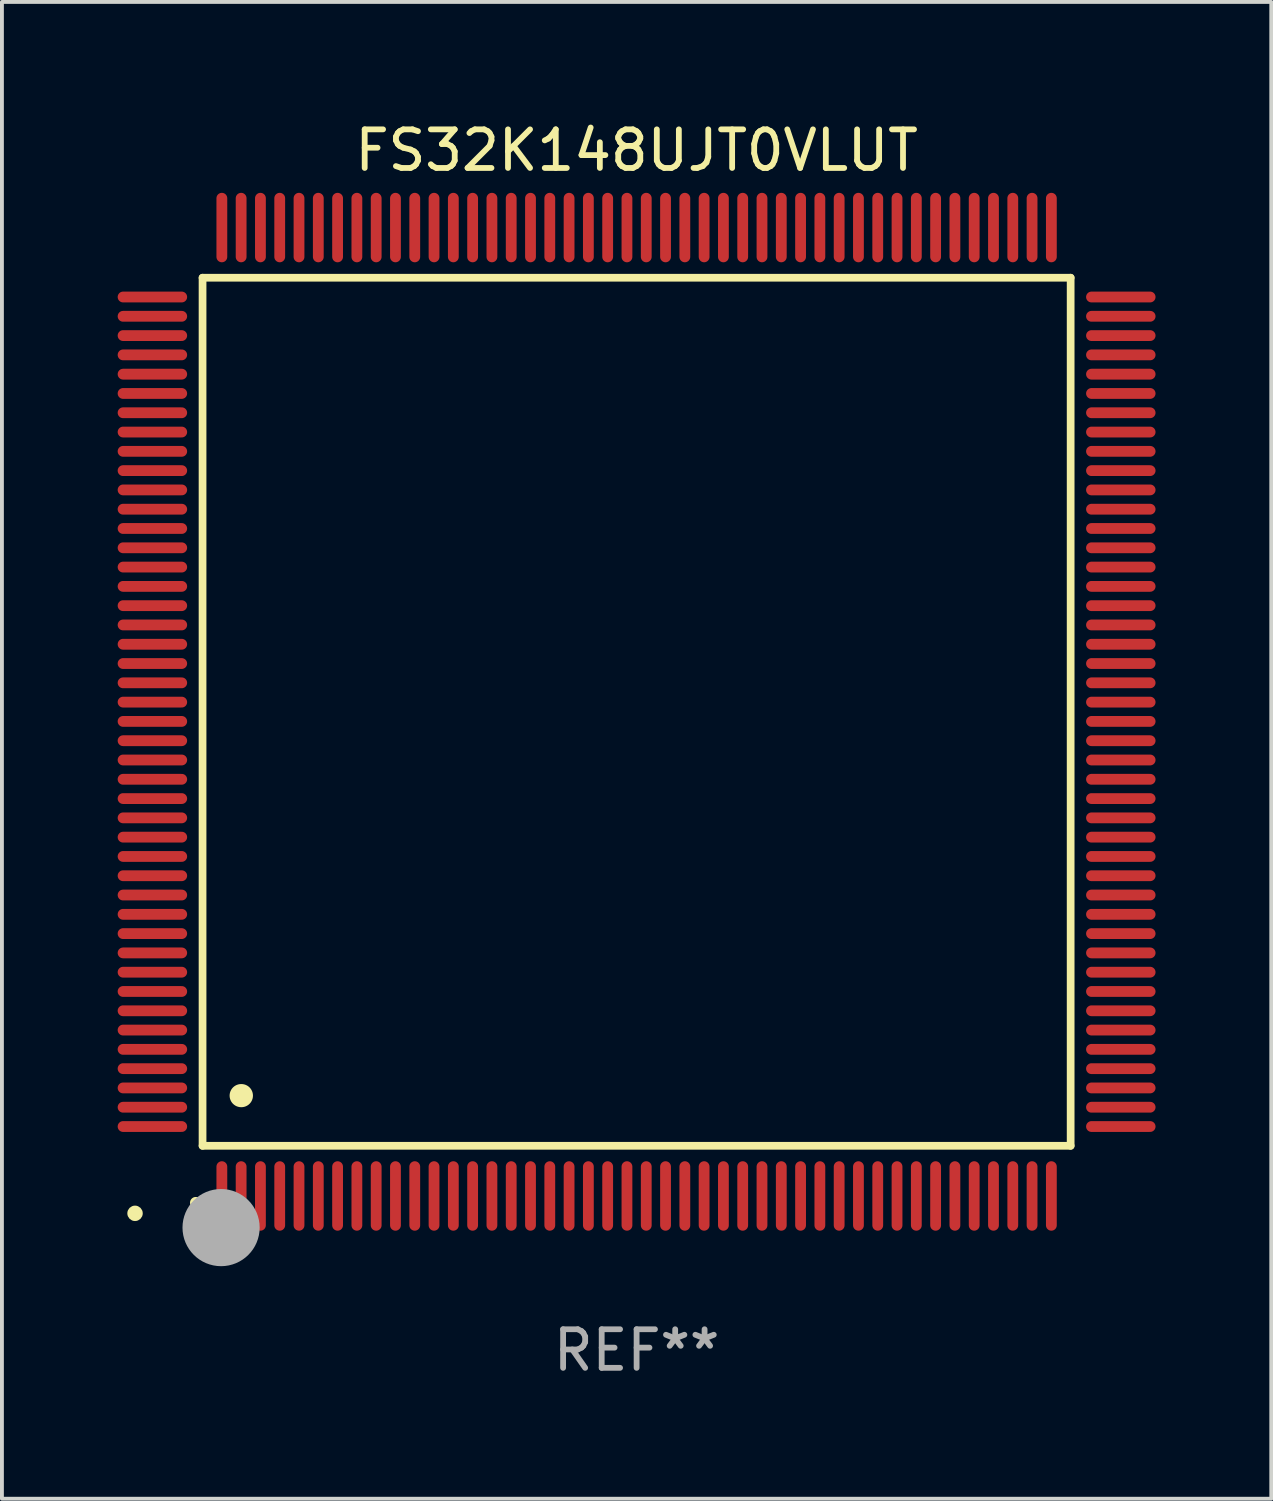
<source format=kicad_pcb>
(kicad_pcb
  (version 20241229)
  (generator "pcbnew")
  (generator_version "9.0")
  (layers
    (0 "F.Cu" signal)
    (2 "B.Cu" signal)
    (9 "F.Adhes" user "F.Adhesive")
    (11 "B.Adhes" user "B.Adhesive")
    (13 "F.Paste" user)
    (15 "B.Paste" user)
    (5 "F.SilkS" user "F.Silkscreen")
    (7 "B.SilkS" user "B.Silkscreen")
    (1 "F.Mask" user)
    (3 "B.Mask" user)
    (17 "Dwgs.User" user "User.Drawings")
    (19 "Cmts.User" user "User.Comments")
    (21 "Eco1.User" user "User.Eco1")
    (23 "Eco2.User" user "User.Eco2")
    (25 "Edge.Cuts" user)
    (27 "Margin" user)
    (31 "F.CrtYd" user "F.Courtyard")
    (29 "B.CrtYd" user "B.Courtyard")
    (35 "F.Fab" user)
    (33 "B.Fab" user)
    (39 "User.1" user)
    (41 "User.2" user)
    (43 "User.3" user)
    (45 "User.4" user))
  (footprint "FS32K148UJT0VLUT"
    (layer "F.Cu")
    (at 13.45 15.398)
    (property "Reference" "FS32K148UJT0VLUT" (at 0 -14.55 0) (layer "F.SilkS") (effects (font (size 1 1) (thickness 0.15))))
    (attr through_hole)
    (fp_line (start -11.25 -11.25) (end 11.25 -11.25) (stroke (width 0.2) (type solid)) (layer "F.SilkS"))
    (fp_line (start -11.25 11.25) (end -11.25 -11.25) (stroke (width 0.2) (type solid)) (layer "F.SilkS"))
    (fp_line (start 11.25 -11.25) (end 11.25 11.25) (stroke (width 0.2) (type solid)) (layer "F.SilkS"))
    (fp_line (start 11.25 11.25) (end -11.25 11.25) (stroke (width 0.2) (type solid)) (layer "F.SilkS"))
    (fp_arc (start -11.424943 12.725425) (mid -11.423673 12.72542) (end -11.422403 12.725425) (stroke (width 0.3) (type solid)) (layer "F.SilkS"))
    (fp_arc (start -10.24892 9.9492) (mid -10.24638 9.949189) (end -10.24384 9.9492) (stroke (width 0.6) (type solid)) (layer "F.SilkS"))
    (fp_circle (center -13 13) (end -12.9 13) (stroke (width 0.2) (type solid)) (fill no) (layer "F.SilkS"))
    (fp_circle (center -10.77 13.37) (end -10.27 13.37) (stroke (width 1) (type solid)) (fill no) (layer "F.Fab"))
    (fp_text user "REF**" (at 0 16.55 0) (layer "F.Fab") (effects (font (size 1 1) (thickness 0.15))))
    (pad "1" smd oval (at -10.75 12.55) (size 0.28 1.8) (layers "F.Cu" "F.Mask" "F.Paste"))
    (pad "2" smd oval (at -10.25 12.55) (size 0.28 1.8) (layers "F.Cu" "F.Mask" "F.Paste"))
    (pad "3" smd oval (at -9.75 12.55) (size 0.28 1.8) (layers "F.Cu" "F.Mask" "F.Paste"))
    (pad "4" smd oval (at -9.25 12.55) (size 0.28 1.8) (layers "F.Cu" "F.Mask" "F.Paste"))
    (pad "5" smd oval (at -8.75 12.55) (size 0.28 1.8) (layers "F.Cu" "F.Mask" "F.Paste"))
    (pad "6" smd oval (at -8.25 12.55) (size 0.28 1.8) (layers "F.Cu" "F.Mask" "F.Paste"))
    (pad "7" smd oval (at -7.75 12.55) (size 0.28 1.8) (layers "F.Cu" "F.Mask" "F.Paste"))
    (pad "8" smd oval (at -7.25 12.55) (size 0.28 1.8) (layers "F.Cu" "F.Mask" "F.Paste"))
    (pad "9" smd oval (at -6.75 12.55) (size 0.28 1.8) (layers "F.Cu" "F.Mask" "F.Paste"))
    (pad "10" smd oval (at -6.25 12.55) (size 0.28 1.8) (layers "F.Cu" "F.Mask" "F.Paste"))
    (pad "11" smd oval (at -5.75 12.55) (size 0.28 1.8) (layers "F.Cu" "F.Mask" "F.Paste"))
    (pad "12" smd oval (at -5.25 12.55) (size 0.28 1.8) (layers "F.Cu" "F.Mask" "F.Paste"))
    (pad "13" smd oval (at -4.75 12.55) (size 0.28 1.8) (layers "F.Cu" "F.Mask" "F.Paste"))
    (pad "14" smd oval (at -4.25 12.55) (size 0.28 1.8) (layers "F.Cu" "F.Mask" "F.Paste"))
    (pad "15" smd oval (at -3.75 12.55) (size 0.28 1.8) (layers "F.Cu" "F.Mask" "F.Paste"))
    (pad "16" smd oval (at -3.25 12.55) (size 0.28 1.8) (layers "F.Cu" "F.Mask" "F.Paste"))
    (pad "17" smd oval (at -2.75 12.55) (size 0.28 1.8) (layers "F.Cu" "F.Mask" "F.Paste"))
    (pad "18" smd oval (at -2.25 12.55) (size 0.28 1.8) (layers "F.Cu" "F.Mask" "F.Paste"))
    (pad "19" smd oval (at -1.75 12.55) (size 0.28 1.8) (layers "F.Cu" "F.Mask" "F.Paste"))
    (pad "20" smd oval (at -1.25 12.55) (size 0.28 1.8) (layers "F.Cu" "F.Mask" "F.Paste"))
    (pad "21" smd oval (at -0.75 12.55) (size 0.28 1.8) (layers "F.Cu" "F.Mask" "F.Paste"))
    (pad "22" smd oval (at -0.25 12.55) (size 0.28 1.8) (layers "F.Cu" "F.Mask" "F.Paste"))
    (pad "23" smd oval (at 0.25 12.55) (size 0.28 1.8) (layers "F.Cu" "F.Mask" "F.Paste"))
    (pad "24" smd oval (at 0.75 12.55) (size 0.28 1.8) (layers "F.Cu" "F.Mask" "F.Paste"))
    (pad "25" smd oval (at 1.25 12.55) (size 0.28 1.8) (layers "F.Cu" "F.Mask" "F.Paste"))
    (pad "26" smd oval (at 1.75 12.55) (size 0.28 1.8) (layers "F.Cu" "F.Mask" "F.Paste"))
    (pad "27" smd oval (at 2.25 12.55) (size 0.28 1.8) (layers "F.Cu" "F.Mask" "F.Paste"))
    (pad "28" smd oval (at 2.75 12.55) (size 0.28 1.8) (layers "F.Cu" "F.Mask" "F.Paste"))
    (pad "29" smd oval (at 3.25 12.55) (size 0.28 1.8) (layers "F.Cu" "F.Mask" "F.Paste"))
    (pad "30" smd oval (at 3.75 12.55) (size 0.28 1.8) (layers "F.Cu" "F.Mask" "F.Paste"))
    (pad "31" smd oval (at 4.25 12.55) (size 0.28 1.8) (layers "F.Cu" "F.Mask" "F.Paste"))
    (pad "32" smd oval (at 4.75 12.55) (size 0.28 1.8) (layers "F.Cu" "F.Mask" "F.Paste"))
    (pad "33" smd oval (at 5.25 12.55) (size 0.28 1.8) (layers "F.Cu" "F.Mask" "F.Paste"))
    (pad "34" smd oval (at 5.75 12.55) (size 0.28 1.8) (layers "F.Cu" "F.Mask" "F.Paste"))
    (pad "35" smd oval (at 6.25 12.55) (size 0.28 1.8) (layers "F.Cu" "F.Mask" "F.Paste"))
    (pad "36" smd oval (at 6.75 12.55) (size 0.28 1.8) (layers "F.Cu" "F.Mask" "F.Paste"))
    (pad "37" smd oval (at 7.25 12.55) (size 0.28 1.8) (layers "F.Cu" "F.Mask" "F.Paste"))
    (pad "38" smd oval (at 7.75 12.55) (size 0.28 1.8) (layers "F.Cu" "F.Mask" "F.Paste"))
    (pad "39" smd oval (at 8.25 12.55) (size 0.28 1.8) (layers "F.Cu" "F.Mask" "F.Paste"))
    (pad "40" smd oval (at 8.75 12.55) (size 0.28 1.8) (layers "F.Cu" "F.Mask" "F.Paste"))
    (pad "41" smd oval (at 9.25 12.55) (size 0.28 1.8) (layers "F.Cu" "F.Mask" "F.Paste"))
    (pad "42" smd oval (at 9.75 12.55) (size 0.28 1.8) (layers "F.Cu" "F.Mask" "F.Paste"))
    (pad "43" smd oval (at 10.25 12.55) (size 0.28 1.8) (layers "F.Cu" "F.Mask" "F.Paste"))
    (pad "44" smd oval (at 10.75 12.55) (size 0.28 1.8) (layers "F.Cu" "F.Mask" "F.Paste"))
    (pad "45" smd oval (at 12.55 10.75) (size 1.8 0.28) (layers "F.Cu" "F.Mask" "F.Paste"))
    (pad "46" smd oval (at 12.55 10.25) (size 1.8 0.28) (layers "F.Cu" "F.Mask" "F.Paste"))
    (pad "47" smd oval (at 12.55 9.75) (size 1.8 0.28) (layers "F.Cu" "F.Mask" "F.Paste"))
    (pad "48" smd oval (at 12.55 9.25) (size 1.8 0.28) (layers "F.Cu" "F.Mask" "F.Paste"))
    (pad "49" smd oval (at 12.55 8.75) (size 1.8 0.28) (layers "F.Cu" "F.Mask" "F.Paste"))
    (pad "50" smd oval (at 12.55 8.25) (size 1.8 0.28) (layers "F.Cu" "F.Mask" "F.Paste"))
    (pad "51" smd oval (at 12.55 7.75) (size 1.8 0.28) (layers "F.Cu" "F.Mask" "F.Paste"))
    (pad "52" smd oval (at 12.55 7.25) (size 1.8 0.28) (layers "F.Cu" "F.Mask" "F.Paste"))
    (pad "53" smd oval (at 12.55 6.75) (size 1.8 0.28) (layers "F.Cu" "F.Mask" "F.Paste"))
    (pad "54" smd oval (at 12.55 6.25) (size 1.8 0.28) (layers "F.Cu" "F.Mask" "F.Paste"))
    (pad "55" smd oval (at 12.55 5.75) (size 1.8 0.28) (layers "F.Cu" "F.Mask" "F.Paste"))
    (pad "56" smd oval (at 12.55 5.25) (size 1.8 0.28) (layers "F.Cu" "F.Mask" "F.Paste"))
    (pad "57" smd oval (at 12.55 4.75) (size 1.8 0.28) (layers "F.Cu" "F.Mask" "F.Paste"))
    (pad "58" smd oval (at 12.55 4.25) (size 1.8 0.28) (layers "F.Cu" "F.Mask" "F.Paste"))
    (pad "59" smd oval (at 12.55 3.75) (size 1.8 0.28) (layers "F.Cu" "F.Mask" "F.Paste"))
    (pad "60" smd oval (at 12.55 3.25) (size 1.8 0.28) (layers "F.Cu" "F.Mask" "F.Paste"))
    (pad "61" smd oval (at 12.55 2.75) (size 1.8 0.28) (layers "F.Cu" "F.Mask" "F.Paste"))
    (pad "62" smd oval (at 12.55 2.25) (size 1.8 0.28) (layers "F.Cu" "F.Mask" "F.Paste"))
    (pad "63" smd oval (at 12.55 1.75) (size 1.8 0.28) (layers "F.Cu" "F.Mask" "F.Paste"))
    (pad "64" smd oval (at 12.55 1.25) (size 1.8 0.28) (layers "F.Cu" "F.Mask" "F.Paste"))
    (pad "65" smd oval (at 12.55 0.75) (size 1.8 0.28) (layers "F.Cu" "F.Mask" "F.Paste"))
    (pad "66" smd oval (at 12.55 0.25) (size 1.8 0.28) (layers "F.Cu" "F.Mask" "F.Paste"))
    (pad "67" smd oval (at 12.55 -0.25) (size 1.8 0.28) (layers "F.Cu" "F.Mask" "F.Paste"))
    (pad "68" smd oval (at 12.55 -0.75) (size 1.8 0.28) (layers "F.Cu" "F.Mask" "F.Paste"))
    (pad "69" smd oval (at 12.55 -1.25) (size 1.8 0.28) (layers "F.Cu" "F.Mask" "F.Paste"))
    (pad "70" smd oval (at 12.55 -1.75) (size 1.8 0.28) (layers "F.Cu" "F.Mask" "F.Paste"))
    (pad "71" smd oval (at 12.55 -2.25) (size 1.8 0.28) (layers "F.Cu" "F.Mask" "F.Paste"))
    (pad "72" smd oval (at 12.55 -2.75) (size 1.8 0.28) (layers "F.Cu" "F.Mask" "F.Paste"))
    (pad "73" smd oval (at 12.55 -3.25) (size 1.8 0.28) (layers "F.Cu" "F.Mask" "F.Paste"))
    (pad "74" smd oval (at 12.55 -3.75) (size 1.8 0.28) (layers "F.Cu" "F.Mask" "F.Paste"))
    (pad "75" smd oval (at 12.55 -4.25) (size 1.8 0.28) (layers "F.Cu" "F.Mask" "F.Paste"))
    (pad "76" smd oval (at 12.55 -4.75) (size 1.8 0.28) (layers "F.Cu" "F.Mask" "F.Paste"))
    (pad "77" smd oval (at 12.55 -5.25) (size 1.8 0.28) (layers "F.Cu" "F.Mask" "F.Paste"))
    (pad "78" smd oval (at 12.55 -5.75) (size 1.8 0.28) (layers "F.Cu" "F.Mask" "F.Paste"))
    (pad "79" smd oval (at 12.55 -6.25) (size 1.8 0.28) (layers "F.Cu" "F.Mask" "F.Paste"))
    (pad "80" smd oval (at 12.55 -6.75) (size 1.8 0.28) (layers "F.Cu" "F.Mask" "F.Paste"))
    (pad "81" smd oval (at 12.55 -7.25) (size 1.8 0.28) (layers "F.Cu" "F.Mask" "F.Paste"))
    (pad "82" smd oval (at 12.55 -7.75) (size 1.8 0.28) (layers "F.Cu" "F.Mask" "F.Paste"))
    (pad "83" smd oval (at 12.55 -8.25) (size 1.8 0.28) (layers "F.Cu" "F.Mask" "F.Paste"))
    (pad "84" smd oval (at 12.55 -8.75) (size 1.8 0.28) (layers "F.Cu" "F.Mask" "F.Paste"))
    (pad "85" smd oval (at 12.55 -9.25) (size 1.8 0.28) (layers "F.Cu" "F.Mask" "F.Paste"))
    (pad "86" smd oval (at 12.55 -9.75) (size 1.8 0.28) (layers "F.Cu" "F.Mask" "F.Paste"))
    (pad "87" smd oval (at 12.55 -10.25) (size 1.8 0.28) (layers "F.Cu" "F.Mask" "F.Paste"))
    (pad "88" smd oval (at 12.55 -10.75) (size 1.8 0.28) (layers "F.Cu" "F.Mask" "F.Paste"))
    (pad "89" smd oval (at 10.75 -12.55) (size 0.28 1.8) (layers "F.Cu" "F.Mask" "F.Paste"))
    (pad "90" smd oval (at 10.25 -12.55) (size 0.28 1.8) (layers "F.Cu" "F.Mask" "F.Paste"))
    (pad "91" smd oval (at 9.75 -12.55) (size 0.28 1.8) (layers "F.Cu" "F.Mask" "F.Paste"))
    (pad "92" smd oval (at 9.25 -12.55) (size 0.28 1.8) (layers "F.Cu" "F.Mask" "F.Paste"))
    (pad "93" smd oval (at 8.75 -12.55) (size 0.28 1.8) (layers "F.Cu" "F.Mask" "F.Paste"))
    (pad "94" smd oval (at 8.25 -12.55) (size 0.28 1.8) (layers "F.Cu" "F.Mask" "F.Paste"))
    (pad "95" smd oval (at 7.75 -12.55) (size 0.28 1.8) (layers "F.Cu" "F.Mask" "F.Paste"))
    (pad "96" smd oval (at 7.25 -12.55) (size 0.28 1.8) (layers "F.Cu" "F.Mask" "F.Paste"))
    (pad "97" smd oval (at 6.75 -12.55) (size 0.28 1.8) (layers "F.Cu" "F.Mask" "F.Paste"))
    (pad "98" smd oval (at 6.25 -12.55) (size 0.28 1.8) (layers "F.Cu" "F.Mask" "F.Paste"))
    (pad "99" smd oval (at 5.75 -12.55) (size 0.28 1.8) (layers "F.Cu" "F.Mask" "F.Paste"))
    (pad "100" smd oval (at 5.25 -12.55) (size 0.28 1.8) (layers "F.Cu" "F.Mask" "F.Paste"))
    (pad "101" smd oval (at 4.75 -12.55) (size 0.28 1.8) (layers "F.Cu" "F.Mask" "F.Paste"))
    (pad "102" smd oval (at 4.25 -12.55) (size 0.28 1.8) (layers "F.Cu" "F.Mask" "F.Paste"))
    (pad "103" smd oval (at 3.75 -12.55) (size 0.28 1.8) (layers "F.Cu" "F.Mask" "F.Paste"))
    (pad "104" smd oval (at 3.25 -12.55) (size 0.28 1.8) (layers "F.Cu" "F.Mask" "F.Paste"))
    (pad "105" smd oval (at 2.75 -12.55) (size 0.28 1.8) (layers "F.Cu" "F.Mask" "F.Paste"))
    (pad "106" smd oval (at 2.25 -12.55) (size 0.28 1.8) (layers "F.Cu" "F.Mask" "F.Paste"))
    (pad "107" smd oval (at 1.75 -12.55) (size 0.28 1.8) (layers "F.Cu" "F.Mask" "F.Paste"))
    (pad "108" smd oval (at 1.25 -12.55) (size 0.28 1.8) (layers "F.Cu" "F.Mask" "F.Paste"))
    (pad "109" smd oval (at 0.75 -12.55) (size 0.28 1.8) (layers "F.Cu" "F.Mask" "F.Paste"))
    (pad "110" smd oval (at 0.25 -12.55) (size 0.28 1.8) (layers "F.Cu" "F.Mask" "F.Paste"))
    (pad "111" smd oval (at -0.25 -12.55) (size 0.28 1.8) (layers "F.Cu" "F.Mask" "F.Paste"))
    (pad "112" smd oval (at -0.75 -12.55) (size 0.28 1.8) (layers "F.Cu" "F.Mask" "F.Paste"))
    (pad "113" smd oval (at -1.25 -12.55) (size 0.28 1.8) (layers "F.Cu" "F.Mask" "F.Paste"))
    (pad "114" smd oval (at -1.75 -12.55) (size 0.28 1.8) (layers "F.Cu" "F.Mask" "F.Paste"))
    (pad "115" smd oval (at -2.25 -12.55) (size 0.28 1.8) (layers "F.Cu" "F.Mask" "F.Paste"))
    (pad "116" smd oval (at -2.75 -12.55) (size 0.28 1.8) (layers "F.Cu" "F.Mask" "F.Paste"))
    (pad "117" smd oval (at -3.25 -12.55) (size 0.28 1.8) (layers "F.Cu" "F.Mask" "F.Paste"))
    (pad "118" smd oval (at -3.75 -12.55) (size 0.28 1.8) (layers "F.Cu" "F.Mask" "F.Paste"))
    (pad "119" smd oval (at -4.25 -12.55) (size 0.28 1.8) (layers "F.Cu" "F.Mask" "F.Paste"))
    (pad "120" smd oval (at -4.75 -12.55) (size 0.28 1.8) (layers "F.Cu" "F.Mask" "F.Paste"))
    (pad "121" smd oval (at -5.25 -12.55) (size 0.28 1.8) (layers "F.Cu" "F.Mask" "F.Paste"))
    (pad "122" smd oval (at -5.75 -12.55) (size 0.28 1.8) (layers "F.Cu" "F.Mask" "F.Paste"))
    (pad "123" smd oval (at -6.25 -12.55) (size 0.28 1.8) (layers "F.Cu" "F.Mask" "F.Paste"))
    (pad "124" smd oval (at -6.75 -12.55) (size 0.28 1.8) (layers "F.Cu" "F.Mask" "F.Paste"))
    (pad "125" smd oval (at -7.25 -12.55) (size 0.28 1.8) (layers "F.Cu" "F.Mask" "F.Paste"))
    (pad "126" smd oval (at -7.75 -12.55) (size 0.28 1.8) (layers "F.Cu" "F.Mask" "F.Paste"))
    (pad "127" smd oval (at -8.25 -12.55) (size 0.28 1.8) (layers "F.Cu" "F.Mask" "F.Paste"))
    (pad "128" smd oval (at -8.75 -12.55) (size 0.28 1.8) (layers "F.Cu" "F.Mask" "F.Paste"))
    (pad "129" smd oval (at -9.25 -12.55) (size 0.28 1.8) (layers "F.Cu" "F.Mask" "F.Paste"))
    (pad "130" smd oval (at -9.75 -12.55) (size 0.28 1.8) (layers "F.Cu" "F.Mask" "F.Paste"))
    (pad "131" smd oval (at -10.25 -12.55) (size 0.28 1.8) (layers "F.Cu" "F.Mask" "F.Paste"))
    (pad "132" smd oval (at -10.75 -12.55) (size 0.28 1.8) (layers "F.Cu" "F.Mask" "F.Paste"))
    (pad "133" smd oval (at -12.55 -10.75) (size 1.8 0.28) (layers "F.Cu" "F.Mask" "F.Paste"))
    (pad "134" smd oval (at -12.55 -10.25) (size 1.8 0.28) (layers "F.Cu" "F.Mask" "F.Paste"))
    (pad "135" smd oval (at -12.55 -9.75) (size 1.8 0.28) (layers "F.Cu" "F.Mask" "F.Paste"))
    (pad "136" smd oval (at -12.55 -9.25) (size 1.8 0.28) (layers "F.Cu" "F.Mask" "F.Paste"))
    (pad "137" smd oval (at -12.55 -8.75) (size 1.8 0.28) (layers "F.Cu" "F.Mask" "F.Paste"))
    (pad "138" smd oval (at -12.55 -8.25) (size 1.8 0.28) (layers "F.Cu" "F.Mask" "F.Paste"))
    (pad "139" smd oval (at -12.55 -7.75) (size 1.8 0.28) (layers "F.Cu" "F.Mask" "F.Paste"))
    (pad "140" smd oval (at -12.55 -7.25) (size 1.8 0.28) (layers "F.Cu" "F.Mask" "F.Paste"))
    (pad "141" smd oval (at -12.55 -6.75) (size 1.8 0.28) (layers "F.Cu" "F.Mask" "F.Paste"))
    (pad "142" smd oval (at -12.55 -6.25) (size 1.8 0.28) (layers "F.Cu" "F.Mask" "F.Paste"))
    (pad "143" smd oval (at -12.55 -5.75) (size 1.8 0.28) (layers "F.Cu" "F.Mask" "F.Paste"))
    (pad "144" smd oval (at -12.55 -5.25) (size 1.8 0.28) (layers "F.Cu" "F.Mask" "F.Paste"))
    (pad "145" smd oval (at -12.55 -4.75) (size 1.8 0.28) (layers "F.Cu" "F.Mask" "F.Paste"))
    (pad "146" smd oval (at -12.55 -4.25) (size 1.8 0.28) (layers "F.Cu" "F.Mask" "F.Paste"))
    (pad "147" smd oval (at -12.55 -3.75) (size 1.8 0.28) (layers "F.Cu" "F.Mask" "F.Paste"))
    (pad "148" smd oval (at -12.55 -3.25) (size 1.8 0.28) (layers "F.Cu" "F.Mask" "F.Paste"))
    (pad "149" smd oval (at -12.55 -2.75) (size 1.8 0.28) (layers "F.Cu" "F.Mask" "F.Paste"))
    (pad "150" smd oval (at -12.55 -2.25) (size 1.8 0.28) (layers "F.Cu" "F.Mask" "F.Paste"))
    (pad "151" smd oval (at -12.55 -1.75) (size 1.8 0.28) (layers "F.Cu" "F.Mask" "F.Paste"))
    (pad "152" smd oval (at -12.55 -1.25) (size 1.8 0.28) (layers "F.Cu" "F.Mask" "F.Paste"))
    (pad "153" smd oval (at -12.55 -0.75) (size 1.8 0.28) (layers "F.Cu" "F.Mask" "F.Paste"))
    (pad "154" smd oval (at -12.55 -0.25) (size 1.8 0.28) (layers "F.Cu" "F.Mask" "F.Paste"))
    (pad "155" smd oval (at -12.55 0.25) (size 1.8 0.28) (layers "F.Cu" "F.Mask" "F.Paste"))
    (pad "156" smd oval (at -12.55 0.75) (size 1.8 0.28) (layers "F.Cu" "F.Mask" "F.Paste"))
    (pad "157" smd oval (at -12.55 1.25) (size 1.8 0.28) (layers "F.Cu" "F.Mask" "F.Paste"))
    (pad "158" smd oval (at -12.55 1.75) (size 1.8 0.28) (layers "F.Cu" "F.Mask" "F.Paste"))
    (pad "159" smd oval (at -12.55 2.25) (size 1.8 0.28) (layers "F.Cu" "F.Mask" "F.Paste"))
    (pad "160" smd oval (at -12.55 2.75) (size 1.8 0.28) (layers "F.Cu" "F.Mask" "F.Paste"))
    (pad "161" smd oval (at -12.55 3.25) (size 1.8 0.28) (layers "F.Cu" "F.Mask" "F.Paste"))
    (pad "162" smd oval (at -12.55 3.75) (size 1.8 0.28) (layers "F.Cu" "F.Mask" "F.Paste"))
    (pad "163" smd oval (at -12.55 4.25) (size 1.8 0.28) (layers "F.Cu" "F.Mask" "F.Paste"))
    (pad "164" smd oval (at -12.55 4.75) (size 1.8 0.28) (layers "F.Cu" "F.Mask" "F.Paste"))
    (pad "165" smd oval (at -12.55 5.25) (size 1.8 0.28) (layers "F.Cu" "F.Mask" "F.Paste"))
    (pad "166" smd oval (at -12.55 5.75) (size 1.8 0.28) (layers "F.Cu" "F.Mask" "F.Paste"))
    (pad "167" smd oval (at -12.55 6.25) (size 1.8 0.28) (layers "F.Cu" "F.Mask" "F.Paste"))
    (pad "168" smd oval (at -12.55 6.75) (size 1.8 0.28) (layers "F.Cu" "F.Mask" "F.Paste"))
    (pad "169" smd oval (at -12.55 7.25) (size 1.8 0.28) (layers "F.Cu" "F.Mask" "F.Paste"))
    (pad "170" smd oval (at -12.55 7.75) (size 1.8 0.28) (layers "F.Cu" "F.Mask" "F.Paste"))
    (pad "171" smd oval (at -12.55 8.25) (size 1.8 0.28) (layers "F.Cu" "F.Mask" "F.Paste"))
    (pad "172" smd oval (at -12.55 8.75) (size 1.8 0.28) (layers "F.Cu" "F.Mask" "F.Paste"))
    (pad "173" smd oval (at -12.55 9.25) (size 1.8 0.28) (layers "F.Cu" "F.Mask" "F.Paste"))
    (pad "174" smd oval (at -12.55 9.75) (size 1.8 0.28) (layers "F.Cu" "F.Mask" "F.Paste"))
    (pad "175" smd oval (at -12.55 10.25) (size 1.8 0.28) (layers "F.Cu" "F.Mask" "F.Paste"))
    (pad "176" smd oval (at -12.55 10.75) (size 1.8 0.28) (layers "F.Cu" "F.Mask" "F.Paste")))
  (gr_rect
    (start -3 -3)
    (end 29.9 35.796)
    (stroke (width 0.1) (type default))
    (fill no)
    (layer "Edge.Cuts")))
</source>
